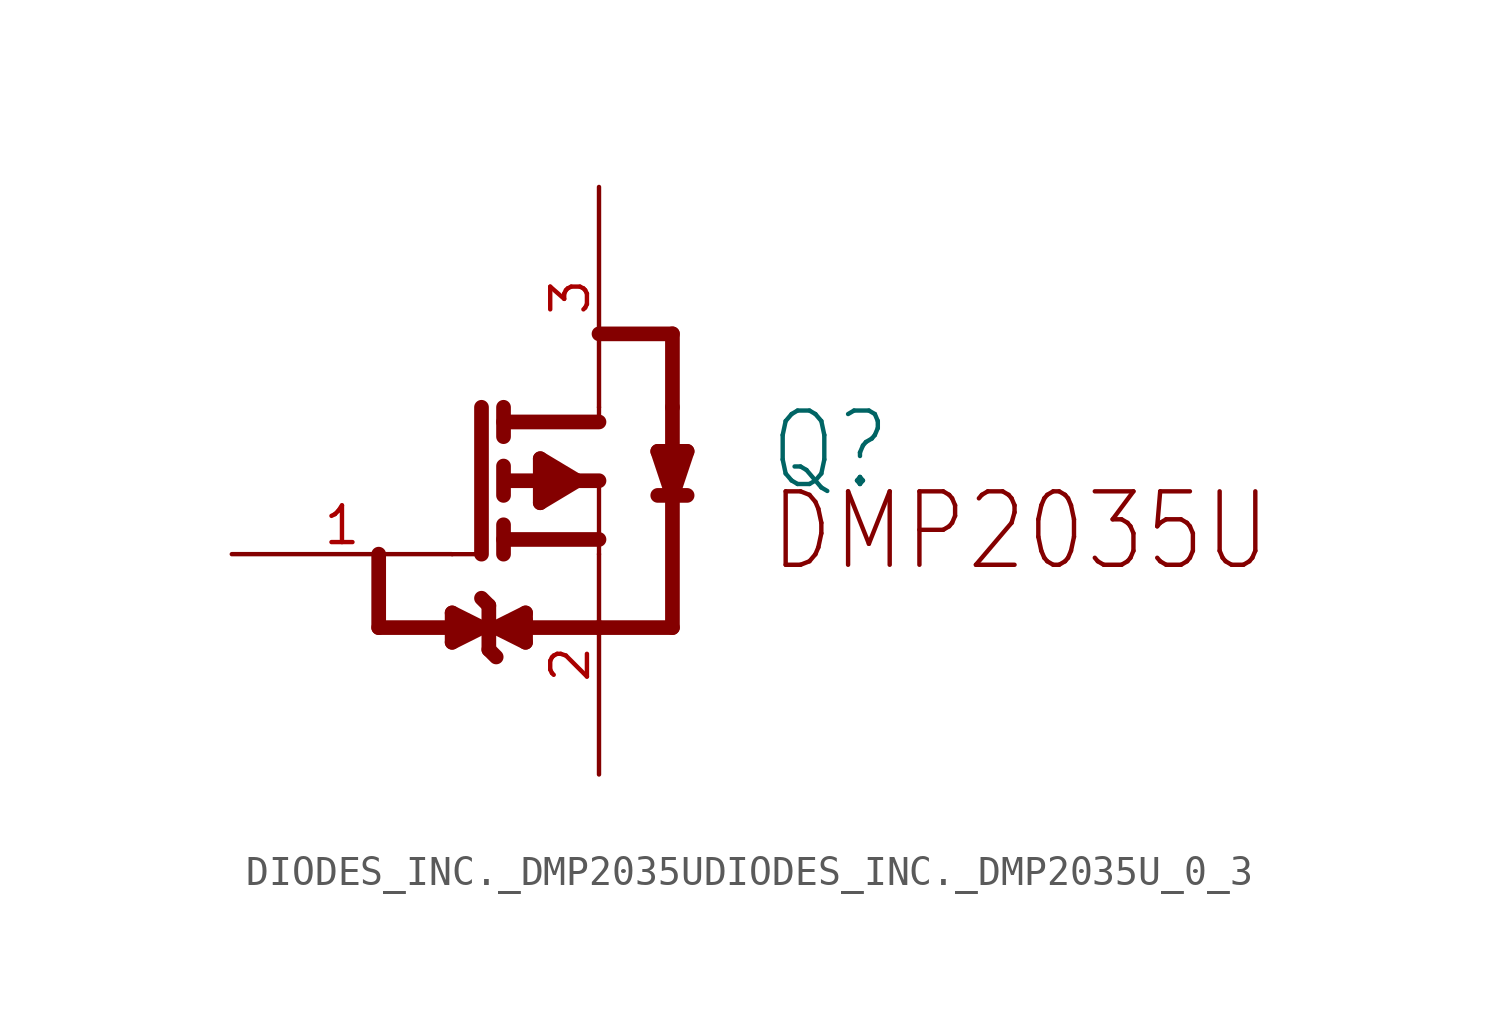
<source format=kicad_sym>
(kicad_symbol_lib
  (version 20220914)
  (generator kicad_symbol_editor)
  (symbol "DIODES_INC._DMP2035UDIODES_INC._DMP2035U_0_3"
    (property "Reference" "Q"
      (at 16.002 -7.62 0)
      (effects (font (size 2.54 2.159)) (justify left top)))
    (property "ki_locked" ""
      (at 0 0 0)
      (effects (font (size 1.27 1.27))))
    (symbol "DIODES_INC._DMP2035UDIODES_INC._DMP2035U_0_3_1_0"
      (polyline (pts (xy 2.54 -15.24) (xy 7.62 -15.24)) (stroke (width 0.508) (type solid)) (fill (type none)))
      (polyline (pts (xy 2.54 -12.7) (xy 2.54 -15.24)) (stroke (width 0.508) (type solid)) (fill (type none)))
      (polyline (pts (xy 5.08 -15.748) (xy 5.08 -15.24)) (stroke (width 0.508) (type solid)) (fill (type none)))
      (polyline (pts (xy 5.08 -15.24) (xy 5.08 -14.732)) (stroke (width 0.508) (type solid)) (fill (type none)))
      (polyline (pts (xy 5.08 -14.732) (xy 6.096 -15.24)) (stroke (width 0.508) (type solid)) (fill (type none)))
      (polyline (pts (xy 5.08 -12.7) (xy 6.096 -12.7)) (stroke (width 0.15) (type solid)) (fill (type none)))
      (polyline (pts (xy 6.096 -15.24) (xy 5.08 -15.748)) (stroke (width 0.508) (type solid)) (fill (type none)))
      (polyline (pts (xy 6.096 -12.7) (xy 6.096 -7.62)) (stroke (width 0.508) (type solid)) (fill (type none)))
      (polyline (pts (xy 6.35 -16.002) (xy 6.604 -16.256)) (stroke (width 0.508) (type solid)) (fill (type none)))
      (polyline (pts (xy 6.35 -14.478) (xy 6.096 -14.224)) (stroke (width 0.508) (type solid)) (fill (type none)))
      (polyline (pts (xy 6.35 -14.478) (xy 6.35 -16.002)) (stroke (width 0.508) (type solid)) (fill (type none)))
      (polyline (pts (xy 6.604 -15.24) (xy 7.62 -15.748)) (stroke (width 0.508) (type solid)) (fill (type none)))
      (polyline (pts (xy 6.858 -12.192) (xy 10.16 -12.192)) (stroke (width 0.508) (type solid)) (fill (type none)))
      (polyline (pts (xy 6.858 -11.684) (xy 6.858 -12.7)) (stroke (width 0.508) (type solid)) (fill (type none)))
      (polyline (pts (xy 6.858 -9.652) (xy 6.858 -10.668)) (stroke (width 0.508) (type solid)) (fill (type none)))
      (polyline (pts (xy 6.858 -8.636) (xy 6.858 -7.62)) (stroke (width 0.508) (type solid)) (fill (type none)))
      (polyline (pts (xy 6.858 -8.128) (xy 10.16 -8.128)) (stroke (width 0.508) (type solid)) (fill (type none)))
      (polyline (pts (xy 7.112 -10.16) (xy 10.16 -10.16)) (stroke (width 0.508) (type solid)) (fill (type none)))
      (polyline (pts (xy 7.62 -15.748) (xy 7.62 -14.986)) (stroke (width 0.508) (type solid)) (fill (type none)))
      (polyline (pts (xy 7.62 -15.24) (xy 7.62 -14.732)) (stroke (width 0.508) (type solid)) (fill (type none)))
      (polyline (pts (xy 7.62 -14.732) (xy 6.604 -15.24)) (stroke (width 0.508) (type solid)) (fill (type none)))
      (polyline (pts (xy 8.128 -9.398) (xy 8.128 -10.922)) (stroke (width 0.508) (type solid)) (fill (type none)))
      (polyline (pts (xy 8.382 -9.906) (xy 8.382 -10.668)) (stroke (width 0.508) (type solid)) (fill (type none)))
      (polyline (pts (xy 9.398 -10.16) (xy 8.128 -10.922)) (stroke (width 0.508) (type solid)) (fill (type none)))
      (polyline (pts (xy 9.398 -10.16) (xy 8.128 -9.398)) (stroke (width 0.508) (type solid)) (fill (type none)))
      (polyline (pts (xy 10.16 -15.24) (xy 7.62 -15.24)) (stroke (width 0.508) (type solid)) (fill (type none)))
      (polyline (pts (xy 10.16 -15.24) (xy 12.7 -15.24)) (stroke (width 0.508) (type solid)) (fill (type none)))
      (polyline (pts (xy 10.16 -12.7) (xy 10.16 -10.16)) (stroke (width 0.15) (type solid)) (fill (type none)))
      (polyline (pts (xy 10.16 -7.62) (xy 10.16 -8.128)) (stroke (width 0.15) (type solid)) (fill (type none)))
      (polyline (pts (xy 10.16 -5.08) (xy 12.7 -5.08)) (stroke (width 0.508) (type solid)) (fill (type none)))
      (polyline (pts (xy 12.192 -9.144) (xy 12.7 -10.668)) (stroke (width 0.508) (type solid)) (fill (type none)))
      (polyline (pts (xy 12.7 -15.24) (xy 12.7 -7.62)) (stroke (width 0.508) (type solid)) (fill (type none)))
      (polyline (pts (xy 12.7 -10.668) (xy 13.208 -9.144)) (stroke (width 0.508) (type solid)) (fill (type none)))
      (polyline (pts (xy 12.7 -9.144) (xy 12.192 -9.144)) (stroke (width 0.508) (type solid)) (fill (type none)))
      (polyline (pts (xy 12.7 -9.144) (xy 12.7 -9.906)) (stroke (width 0.508) (type solid)) (fill (type none)))
      (polyline (pts (xy 12.7 -5.08) (xy 12.7 -7.62)) (stroke (width 0.508) (type solid)) (fill (type none)))
      (polyline (pts (xy 13.208 -10.668) (xy 12.192 -10.668)) (stroke (width 0.508) (type solid)) (fill (type none)))
      (polyline (pts (xy 13.208 -9.144) (xy 12.7 -9.144)) (stroke (width 0.508) (type solid)) (fill (type none)))
      (text "DMP2035U" (at 16.002 -10.414 0) (effects (font (size 2.54 2.159)) (justify left top)))
      (pin passive line (at -2.54 -12.7 0) (length 7.62) (name "G" (effects (font (size 0 0)))) (number "1" (effects (font (size 1.27 1.27)))))
      (pin passive line (at 10.16 -20.32 90) (length 7.62) (name "S" (effects (font (size 0 0)))) (number "2" (effects (font (size 1.27 1.27)))))
      (pin passive line (at 10.16 0 270) (length 7.62) (name "D" (effects (font (size 0 0)))) (number "3" (effects (font (size 1.27 1.27))))))))
</source>
